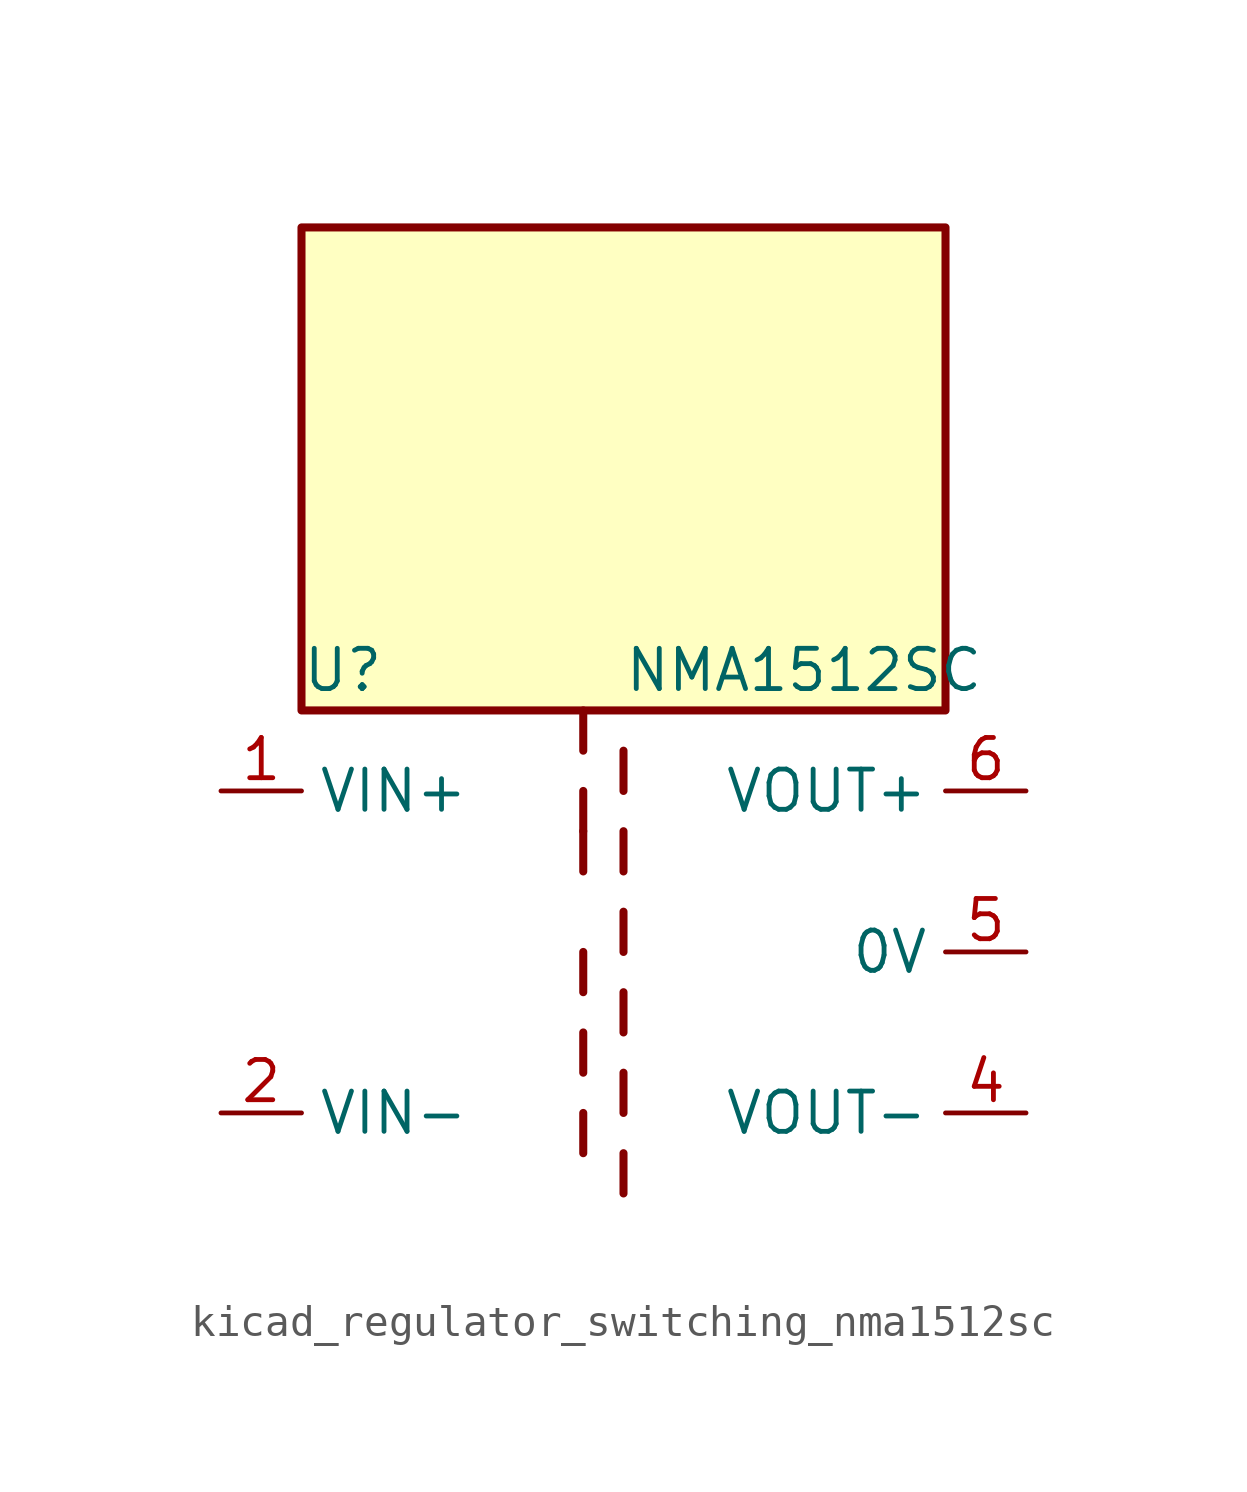
<source format=kicad_sym>
(kicad_symbol_lib
  (version 20220914)
  (generator kicad_symbol_editor)
  (symbol "kicad_regulator_switching_nma1512sc"
    (property "Reference" "U"
      (at -10.16 8.89 0)
      (effects (font (size 1.27 1.27)) (justify left)))
    (property "Value" "NMA1512SC"
      (at 0 8.89 0)
      (effects (font (size 1.27 1.27)) (justify left)))
    (symbol "kicad_regulator_switching_nma1512sc_0_1"
      (polyline (pts (xy -1.27 -5.08) (xy -1.27 -6.35)) (stroke (width 0.254) (type default)) (fill (type none)))
      (polyline (pts (xy -1.27 -2.54) (xy -1.27 -3.81)) (stroke (width 0.254) (type default)) (fill (type none)))
      (polyline (pts (xy -1.27 0) (xy -1.27 -1.27)) (stroke (width 0.254) (type default)) (fill (type none)))
      (polyline (pts (xy -1.27 2.54) (xy -1.27 3.81)) (stroke (width 0.254) (type default)) (fill (type none)))
      (polyline (pts (xy -1.27 5.08) (xy -1.27 3.81)) (stroke (width 0.254) (type default)) (fill (type none)))
      (polyline (pts (xy -1.27 7.62) (xy -1.27 6.35)) (stroke (width 0.254) (type default)) (fill (type none)))
      (polyline (pts (xy 0 -7.62) (xy 0 -6.35)) (stroke (width 0.254) (type default)) (fill (type none)))
      (polyline (pts (xy 0 -5.08) (xy 0 -3.81)) (stroke (width 0.254) (type default)) (fill (type none)))
      (polyline (pts (xy 0 -1.27) (xy 0 -2.54)) (stroke (width 0.254) (type default)) (fill (type none)))
      (polyline (pts (xy 0 0) (xy 0 1.27)) (stroke (width 0.254) (type default)) (fill (type none)))
      (polyline (pts (xy 0 2.54) (xy 0 3.81)) (stroke (width 0.254) (type default)) (fill (type none)))
      (polyline (pts (xy 0 5.08) (xy 0 6.35)) (stroke (width 0.254) (type default)) (fill (type none)))
      (rectangle (start 10.16 22.86) (end -10.16 7.62) (stroke (width 0.254) (type default)) (fill (type background))))
    (symbol "kicad_regulator_switching_nma1512sc_1_1"
      (pin power_in line (at -12.7 5.08 0) (length 2.54) (name "VIN+" (effects (font (size 1.27 1.27)))) (number "1" (effects (font (size 1.27 1.27)))))
      (pin power_in line (at -12.7 -5.08 0) (length 2.54) (name "VIN-" (effects (font (size 1.27 1.27)))) (number "2" (effects (font (size 1.27 1.27)))))
      (pin power_out line (at 12.7 -5.08 180) (length 2.54) (name "VOUT-" (effects (font (size 1.27 1.27)))) (number "4" (effects (font (size 1.27 1.27)))))
      (pin power_out line (at 12.7 0 180) (length 2.54) (name "0V" (effects (font (size 1.27 1.27)))) (number "5" (effects (font (size 1.27 1.27)))))
      (pin power_out line (at 12.7 5.08 180) (length 2.54) (name "VOUT+" (effects (font (size 1.27 1.27)))) (number "6" (effects (font (size 1.27 1.27))))))))
</source>
